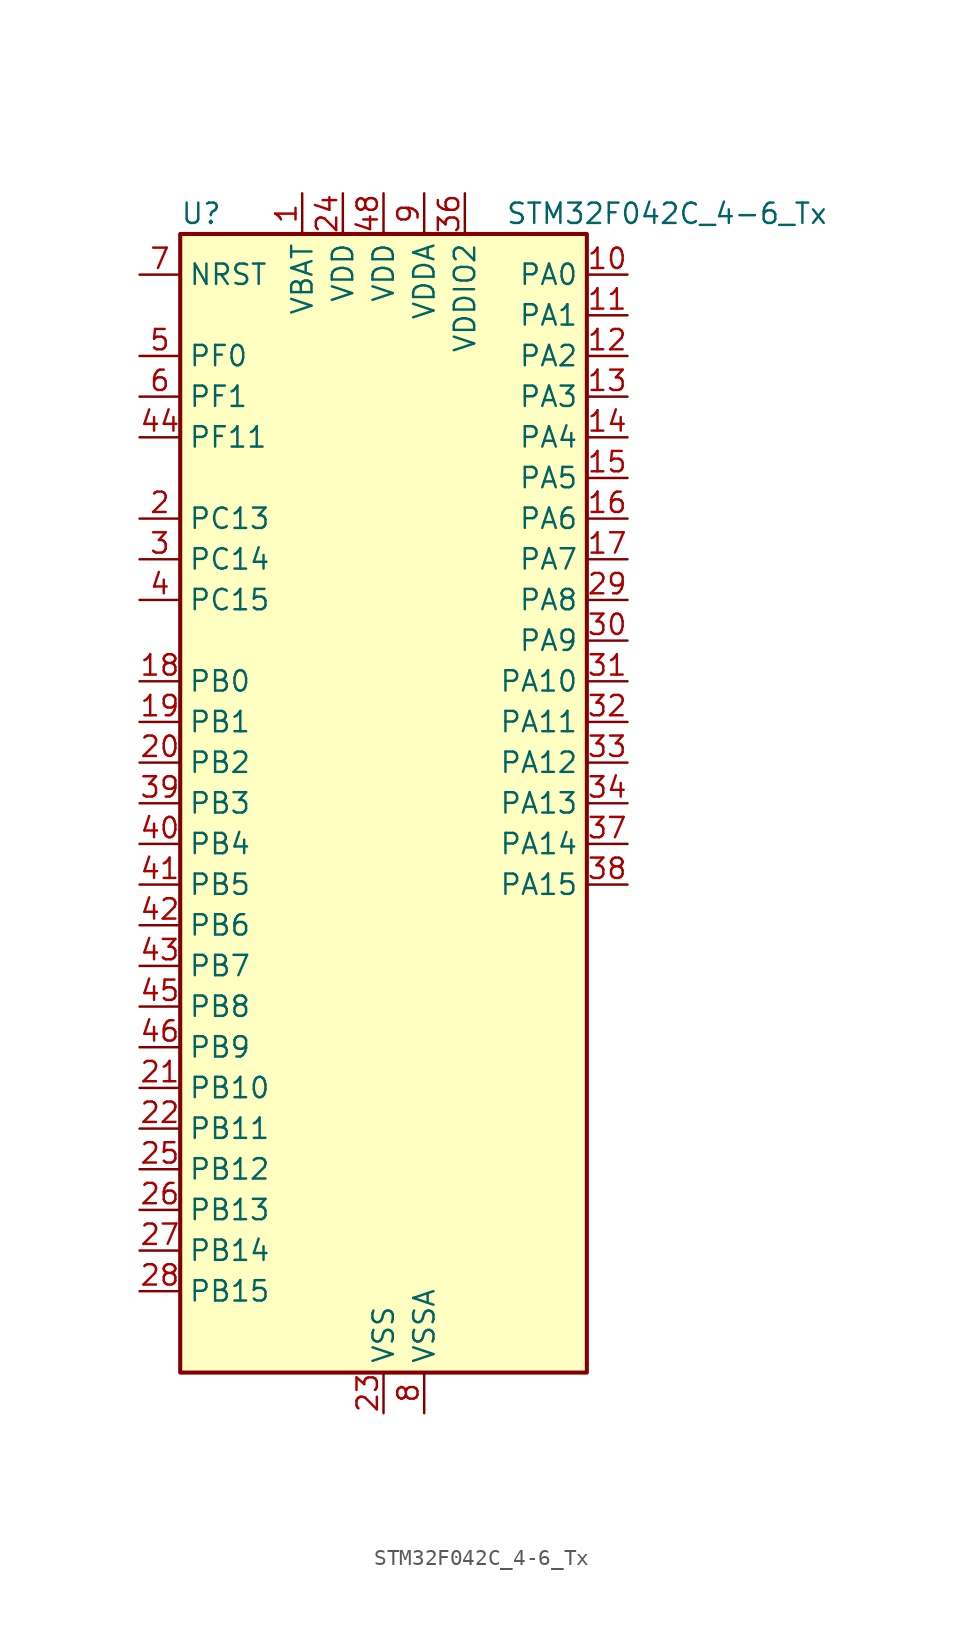
<source format=kicad_sym>
(kicad_symbol_lib
  (version 20220914)
  (generator kicad_symbol_editor)
  (symbol "STM32F042C_4-6_Tx"
    (property "Reference" "U"
      (at -12.7 36.83 0)
      (effects (font (size 1.27 1.27)) (justify left)))
    (property "Value" "STM32F042C_4-6_Tx"
      (at 7.62 36.83 0)
      (effects (font (size 1.27 1.27)) (justify left)))
    (property "ki_locked" ""
      (at 0 0 0)
      (effects (font (size 1.27 1.27))))
    (symbol "STM32F042C_4-6_Tx_0_1"
      (rectangle (start -12.7 -35.56) (end 12.7 35.56) (stroke (width 0.254) (type default)) (fill (type background))))
    (symbol "STM32F042C_4-6_Tx_1_1"
      (pin power_in line (at -5.08 38.1 270) (length 2.54) (name "VBAT" (effects (font (size 1.27 1.27)))) (number "1" (effects (font (size 1.27 1.27)))))
      (pin bidirectional line (at 15.24 33.02 180) (length 2.54) (name "PA0" (effects (font (size 1.27 1.27)))) (number "10" (effects (font (size 1.27 1.27)))) (alternate "ADC_IN0" bidirectional line) (alternate "RTC_TAMP2" bidirectional line) (alternate "SYS_WKUP1" bidirectional line) (alternate "TIM2_CH1" bidirectional line) (alternate "TIM2_ETR" bidirectional line) (alternate "TSC_G1_IO1" bidirectional line) (alternate "USART2_CTS" bidirectional line))
      (pin bidirectional line (at 15.24 30.48 180) (length 2.54) (name "PA1" (effects (font (size 1.27 1.27)))) (number "11" (effects (font (size 1.27 1.27)))) (alternate "ADC_IN1" bidirectional line) (alternate "TIM2_CH2" bidirectional line) (alternate "TSC_G1_IO2" bidirectional line) (alternate "USART2_DE" bidirectional line) (alternate "USART2_RTS" bidirectional line))
      (pin bidirectional line (at 15.24 27.94 180) (length 2.54) (name "PA2" (effects (font (size 1.27 1.27)))) (number "12" (effects (font (size 1.27 1.27)))) (alternate "ADC_IN2" bidirectional line) (alternate "SYS_WKUP4" bidirectional line) (alternate "TIM2_CH3" bidirectional line) (alternate "TSC_G1_IO3" bidirectional line) (alternate "USART2_TX" bidirectional line))
      (pin bidirectional line (at 15.24 25.4 180) (length 2.54) (name "PA3" (effects (font (size 1.27 1.27)))) (number "13" (effects (font (size 1.27 1.27)))) (alternate "ADC_IN3" bidirectional line) (alternate "TIM2_CH4" bidirectional line) (alternate "TSC_G1_IO4" bidirectional line) (alternate "USART2_RX" bidirectional line))
      (pin bidirectional line (at 15.24 22.86 180) (length 2.54) (name "PA4" (effects (font (size 1.27 1.27)))) (number "14" (effects (font (size 1.27 1.27)))) (alternate "ADC_IN4" bidirectional line) (alternate "I2S1_WS" bidirectional line) (alternate "SPI1_NSS" bidirectional line) (alternate "TIM14_CH1" bidirectional line) (alternate "TSC_G2_IO1" bidirectional line) (alternate "USART2_CK" bidirectional line) (alternate "USB_NOE" bidirectional line))
      (pin bidirectional line (at 15.24 20.32 180) (length 2.54) (name "PA5" (effects (font (size 1.27 1.27)))) (number "15" (effects (font (size 1.27 1.27)))) (alternate "ADC_IN5" bidirectional line) (alternate "CEC" bidirectional line) (alternate "I2S1_CK" bidirectional line) (alternate "SPI1_SCK" bidirectional line) (alternate "TIM2_CH1" bidirectional line) (alternate "TIM2_ETR" bidirectional line) (alternate "TSC_G2_IO2" bidirectional line))
      (pin bidirectional line (at 15.24 17.78 180) (length 2.54) (name "PA6" (effects (font (size 1.27 1.27)))) (number "16" (effects (font (size 1.27 1.27)))) (alternate "ADC_IN6" bidirectional line) (alternate "I2S1_MCK" bidirectional line) (alternate "SPI1_MISO" bidirectional line) (alternate "TIM16_CH1" bidirectional line) (alternate "TIM1_BKIN" bidirectional line) (alternate "TIM3_CH1" bidirectional line) (alternate "TSC_G2_IO3" bidirectional line))
      (pin bidirectional line (at 15.24 15.24 180) (length 2.54) (name "PA7" (effects (font (size 1.27 1.27)))) (number "17" (effects (font (size 1.27 1.27)))) (alternate "ADC_IN7" bidirectional line) (alternate "I2S1_SD" bidirectional line) (alternate "SPI1_MOSI" bidirectional line) (alternate "TIM14_CH1" bidirectional line) (alternate "TIM17_CH1" bidirectional line) (alternate "TIM1_CH1N" bidirectional line) (alternate "TIM3_CH2" bidirectional line) (alternate "TSC_G2_IO4" bidirectional line))
      (pin bidirectional line (at -15.24 7.62 0) (length 2.54) (name "PB0" (effects (font (size 1.27 1.27)))) (number "18" (effects (font (size 1.27 1.27)))) (alternate "ADC_IN8" bidirectional line) (alternate "TIM1_CH2N" bidirectional line) (alternate "TIM3_CH3" bidirectional line) (alternate "TSC_G3_IO2" bidirectional line))
      (pin bidirectional line (at -15.24 5.08 0) (length 2.54) (name "PB1" (effects (font (size 1.27 1.27)))) (number "19" (effects (font (size 1.27 1.27)))) (alternate "ADC_IN9" bidirectional line) (alternate "TIM14_CH1" bidirectional line) (alternate "TIM1_CH3N" bidirectional line) (alternate "TIM3_CH4" bidirectional line) (alternate "TSC_G3_IO3" bidirectional line))
      (pin bidirectional line (at -15.24 17.78 0) (length 2.54) (name "PC13" (effects (font (size 1.27 1.27)))) (number "2" (effects (font (size 1.27 1.27)))) (alternate "RTC_OUT_ALARM" bidirectional line) (alternate "RTC_OUT_CALIB" bidirectional line) (alternate "RTC_TAMP1" bidirectional line) (alternate "RTC_TS" bidirectional line) (alternate "SYS_WKUP2" bidirectional line))
      (pin bidirectional line (at -15.24 2.54 0) (length 2.54) (name "PB2" (effects (font (size 1.27 1.27)))) (number "20" (effects (font (size 1.27 1.27)))) (alternate "TSC_G3_IO4" bidirectional line))
      (pin bidirectional line (at -15.24 -17.78 0) (length 2.54) (name "PB10" (effects (font (size 1.27 1.27)))) (number "21" (effects (font (size 1.27 1.27)))) (alternate "CEC" bidirectional line) (alternate "I2C1_SCL" bidirectional line) (alternate "SPI2_SCK" bidirectional line) (alternate "TIM2_CH3" bidirectional line) (alternate "TSC_SYNC" bidirectional line))
      (pin bidirectional line (at -15.24 -20.32 0) (length 2.54) (name "PB11" (effects (font (size 1.27 1.27)))) (number "22" (effects (font (size 1.27 1.27)))) (alternate "I2C1_SDA" bidirectional line) (alternate "TIM2_CH4" bidirectional line))
      (pin power_in line (at 0 -38.1 90) (length 2.54) (name "VSS" (effects (font (size 1.27 1.27)))) (number "23" (effects (font (size 1.27 1.27)))))
      (pin power_in line (at -2.54 38.1 270) (length 2.54) (name "VDD" (effects (font (size 1.27 1.27)))) (number "24" (effects (font (size 1.27 1.27)))))
      (pin bidirectional line (at -15.24 -22.86 0) (length 2.54) (name "PB12" (effects (font (size 1.27 1.27)))) (number "25" (effects (font (size 1.27 1.27)))) (alternate "SPI2_NSS" bidirectional line) (alternate "TIM1_BKIN" bidirectional line))
      (pin bidirectional line (at -15.24 -25.4 0) (length 2.54) (name "PB13" (effects (font (size 1.27 1.27)))) (number "26" (effects (font (size 1.27 1.27)))) (alternate "I2C1_SCL" bidirectional line) (alternate "SPI2_SCK" bidirectional line) (alternate "TIM1_CH1N" bidirectional line))
      (pin bidirectional line (at -15.24 -27.94 0) (length 2.54) (name "PB14" (effects (font (size 1.27 1.27)))) (number "27" (effects (font (size 1.27 1.27)))) (alternate "I2C1_SDA" bidirectional line) (alternate "SPI2_MISO" bidirectional line) (alternate "TIM1_CH2N" bidirectional line))
      (pin bidirectional line (at -15.24 -30.48 0) (length 2.54) (name "PB15" (effects (font (size 1.27 1.27)))) (number "28" (effects (font (size 1.27 1.27)))) (alternate "RTC_REFIN" bidirectional line) (alternate "SPI2_MOSI" bidirectional line) (alternate "SYS_WKUP7" bidirectional line) (alternate "TIM1_CH3N" bidirectional line))
      (pin bidirectional line (at 15.24 12.7 180) (length 2.54) (name "PA8" (effects (font (size 1.27 1.27)))) (number "29" (effects (font (size 1.27 1.27)))) (alternate "CRS_SYNC" bidirectional line) (alternate "RCC_MCO" bidirectional line) (alternate "TIM1_CH1" bidirectional line) (alternate "USART1_CK" bidirectional line))
      (pin bidirectional line (at -15.24 15.24 0) (length 2.54) (name "PC14" (effects (font (size 1.27 1.27)))) (number "3" (effects (font (size 1.27 1.27)))) (alternate "RCC_OSC32_IN" bidirectional line))
      (pin bidirectional line (at 15.24 10.16 180) (length 2.54) (name "PA9" (effects (font (size 1.27 1.27)))) (number "30" (effects (font (size 1.27 1.27)))) (alternate "I2C1_SCL" bidirectional line) (alternate "TIM1_CH2" bidirectional line) (alternate "TSC_G4_IO1" bidirectional line) (alternate "USART1_TX" bidirectional line))
      (pin bidirectional line (at 15.24 7.62 180) (length 2.54) (name "PA10" (effects (font (size 1.27 1.27)))) (number "31" (effects (font (size 1.27 1.27)))) (alternate "I2C1_SDA" bidirectional line) (alternate "TIM17_BKIN" bidirectional line) (alternate "TIM1_CH3" bidirectional line) (alternate "TSC_G4_IO2" bidirectional line) (alternate "USART1_RX" bidirectional line))
      (pin bidirectional line (at 15.24 5.08 180) (length 2.54) (name "PA11" (effects (font (size 1.27 1.27)))) (number "32" (effects (font (size 1.27 1.27)))) (alternate "CAN_RX" bidirectional line) (alternate "I2C1_SCL" bidirectional line) (alternate "TIM1_CH4" bidirectional line) (alternate "TSC_G4_IO3" bidirectional line) (alternate "USART1_CTS" bidirectional line) (alternate "USB_DM" bidirectional line))
      (pin bidirectional line (at 15.24 2.54 180) (length 2.54) (name "PA12" (effects (font (size 1.27 1.27)))) (number "33" (effects (font (size 1.27 1.27)))) (alternate "CAN_TX" bidirectional line) (alternate "I2C1_SDA" bidirectional line) (alternate "TIM1_ETR" bidirectional line) (alternate "TSC_G4_IO4" bidirectional line) (alternate "USART1_DE" bidirectional line) (alternate "USART1_RTS" bidirectional line) (alternate "USB_DP" bidirectional line))
      (pin bidirectional line (at 15.24 0 180) (length 2.54) (name "PA13" (effects (font (size 1.27 1.27)))) (number "34" (effects (font (size 1.27 1.27)))) (alternate "IR_OUT" bidirectional line) (alternate "SYS_SWDIO" bidirectional line) (alternate "USB_NOE" bidirectional line))
      (pin passive line (at 0 -38.1 90) (length 2.54) hide (name "VSS" (effects (font (size 1.27 1.27)))) (number "35" (effects (font (size 1.27 1.27)))))
      (pin power_in line (at 5.08 38.1 270) (length 2.54) (name "VDDIO2" (effects (font (size 1.27 1.27)))) (number "36" (effects (font (size 1.27 1.27)))))
      (pin bidirectional line (at 15.24 -2.54 180) (length 2.54) (name "PA14" (effects (font (size 1.27 1.27)))) (number "37" (effects (font (size 1.27 1.27)))) (alternate "SYS_SWCLK" bidirectional line) (alternate "USART2_TX" bidirectional line))
      (pin bidirectional line (at 15.24 -5.08 180) (length 2.54) (name "PA15" (effects (font (size 1.27 1.27)))) (number "38" (effects (font (size 1.27 1.27)))) (alternate "I2S1_WS" bidirectional line) (alternate "SPI1_NSS" bidirectional line) (alternate "TIM2_CH1" bidirectional line) (alternate "TIM2_ETR" bidirectional line) (alternate "USART2_RX" bidirectional line) (alternate "USB_NOE" bidirectional line))
      (pin bidirectional line (at -15.24 0 0) (length 2.54) (name "PB3" (effects (font (size 1.27 1.27)))) (number "39" (effects (font (size 1.27 1.27)))) (alternate "I2S1_CK" bidirectional line) (alternate "SPI1_SCK" bidirectional line) (alternate "TIM2_CH2" bidirectional line) (alternate "TSC_G5_IO1" bidirectional line))
      (pin bidirectional line (at -15.24 12.7 0) (length 2.54) (name "PC15" (effects (font (size 1.27 1.27)))) (number "4" (effects (font (size 1.27 1.27)))) (alternate "RCC_OSC32_OUT" bidirectional line))
      (pin bidirectional line (at -15.24 -2.54 0) (length 2.54) (name "PB4" (effects (font (size 1.27 1.27)))) (number "40" (effects (font (size 1.27 1.27)))) (alternate "I2S1_MCK" bidirectional line) (alternate "SPI1_MISO" bidirectional line) (alternate "TIM17_BKIN" bidirectional line) (alternate "TIM3_CH1" bidirectional line) (alternate "TSC_G5_IO2" bidirectional line))
      (pin bidirectional line (at -15.24 -5.08 0) (length 2.54) (name "PB5" (effects (font (size 1.27 1.27)))) (number "41" (effects (font (size 1.27 1.27)))) (alternate "I2C1_SMBA" bidirectional line) (alternate "I2S1_SD" bidirectional line) (alternate "SPI1_MOSI" bidirectional line) (alternate "SYS_WKUP6" bidirectional line) (alternate "TIM16_BKIN" bidirectional line) (alternate "TIM3_CH2" bidirectional line))
      (pin bidirectional line (at -15.24 -7.62 0) (length 2.54) (name "PB6" (effects (font (size 1.27 1.27)))) (number "42" (effects (font (size 1.27 1.27)))) (alternate "I2C1_SCL" bidirectional line) (alternate "TIM16_CH1N" bidirectional line) (alternate "TSC_G5_IO3" bidirectional line) (alternate "USART1_TX" bidirectional line))
      (pin bidirectional line (at -15.24 -10.16 0) (length 2.54) (name "PB7" (effects (font (size 1.27 1.27)))) (number "43" (effects (font (size 1.27 1.27)))) (alternate "I2C1_SDA" bidirectional line) (alternate "TIM17_CH1N" bidirectional line) (alternate "TSC_G5_IO4" bidirectional line) (alternate "USART1_RX" bidirectional line))
      (pin bidirectional line (at -15.24 22.86 0) (length 2.54) (name "PF11" (effects (font (size 1.27 1.27)))) (number "44" (effects (font (size 1.27 1.27)))))
      (pin bidirectional line (at -15.24 -12.7 0) (length 2.54) (name "PB8" (effects (font (size 1.27 1.27)))) (number "45" (effects (font (size 1.27 1.27)))) (alternate "CAN_RX" bidirectional line) (alternate "CEC" bidirectional line) (alternate "I2C1_SCL" bidirectional line) (alternate "TIM16_CH1" bidirectional line) (alternate "TSC_SYNC" bidirectional line))
      (pin bidirectional line (at -15.24 -15.24 0) (length 2.54) (name "PB9" (effects (font (size 1.27 1.27)))) (number "46" (effects (font (size 1.27 1.27)))) (alternate "CAN_TX" bidirectional line) (alternate "I2C1_SDA" bidirectional line) (alternate "IR_OUT" bidirectional line) (alternate "SPI2_NSS" bidirectional line) (alternate "TIM17_CH1" bidirectional line))
      (pin passive line (at 0 -38.1 90) (length 2.54) hide (name "VSS" (effects (font (size 1.27 1.27)))) (number "47" (effects (font (size 1.27 1.27)))))
      (pin power_in line (at 0 38.1 270) (length 2.54) (name "VDD" (effects (font (size 1.27 1.27)))) (number "48" (effects (font (size 1.27 1.27)))))
      (pin bidirectional line (at -15.24 27.94 0) (length 2.54) (name "PF0" (effects (font (size 1.27 1.27)))) (number "5" (effects (font (size 1.27 1.27)))) (alternate "CRS_SYNC" bidirectional line) (alternate "I2C1_SDA" bidirectional line) (alternate "RCC_OSC_IN" bidirectional line))
      (pin bidirectional line (at -15.24 25.4 0) (length 2.54) (name "PF1" (effects (font (size 1.27 1.27)))) (number "6" (effects (font (size 1.27 1.27)))) (alternate "I2C1_SCL" bidirectional line) (alternate "RCC_OSC_OUT" bidirectional line))
      (pin input line (at -15.24 33.02 0) (length 2.54) (name "NRST" (effects (font (size 1.27 1.27)))) (number "7" (effects (font (size 1.27 1.27)))))
      (pin power_in line (at 2.54 -38.1 90) (length 2.54) (name "VSSA" (effects (font (size 1.27 1.27)))) (number "8" (effects (font (size 1.27 1.27)))))
      (pin power_in line (at 2.54 38.1 270) (length 2.54) (name "VDDA" (effects (font (size 1.27 1.27)))) (number "9" (effects (font (size 1.27 1.27))))))))
</source>
